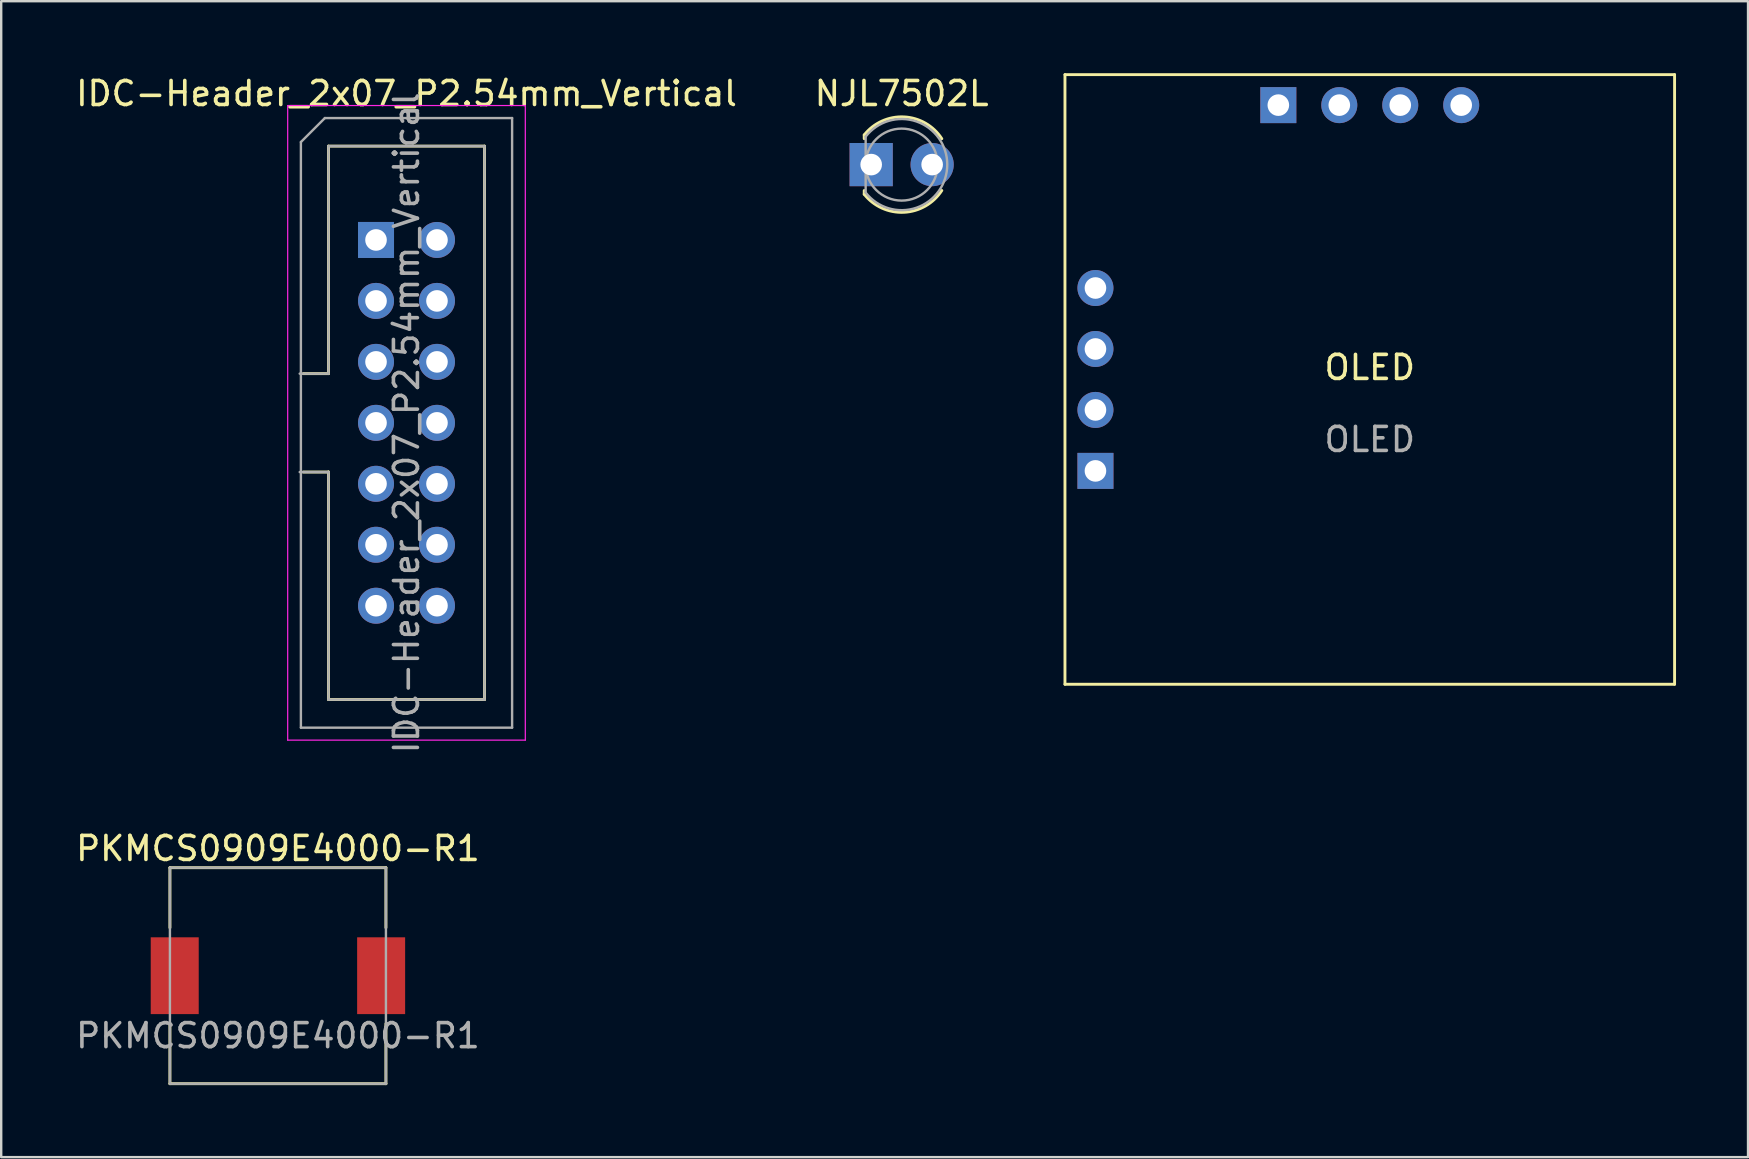
<source format=kicad_pcb>
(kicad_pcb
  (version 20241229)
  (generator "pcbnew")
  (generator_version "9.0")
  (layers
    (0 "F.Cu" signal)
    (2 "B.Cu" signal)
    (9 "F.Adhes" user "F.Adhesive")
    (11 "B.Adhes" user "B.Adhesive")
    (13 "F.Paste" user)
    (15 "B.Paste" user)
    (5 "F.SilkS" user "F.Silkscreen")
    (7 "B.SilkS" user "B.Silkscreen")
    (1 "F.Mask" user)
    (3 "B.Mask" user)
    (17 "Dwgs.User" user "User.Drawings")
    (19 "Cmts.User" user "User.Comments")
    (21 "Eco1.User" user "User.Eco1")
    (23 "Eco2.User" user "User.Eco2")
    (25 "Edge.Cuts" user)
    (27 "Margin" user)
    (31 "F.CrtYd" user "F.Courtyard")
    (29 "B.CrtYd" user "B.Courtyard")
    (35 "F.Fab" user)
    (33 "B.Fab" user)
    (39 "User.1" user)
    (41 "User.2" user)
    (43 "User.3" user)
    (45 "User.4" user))
  (footprint "PKMCS0909E4000-R1"
    (layer "F.Cu")
    (at 8.53 37.603)
    (property "Reference" "PKMCS0909E4000-R1" (at 0 -5.3 0) (unlocked yes) (layer "F.SilkS") (effects (font (size 1 1) (thickness 0.15))))
    (attr smd)
    (fp_line (start -4.5 -4.5) (end 4.5 -4.5) (stroke (width 0.12) (type solid)) (layer "F.SilkS"))
    (fp_line (start -4.5 -2) (end -4.5 -4.5) (stroke (width 0.12) (type solid)) (layer "F.SilkS"))
    (fp_line (start -4.5 2) (end -4.5 4.5) (stroke (width 0.12) (type solid)) (layer "F.SilkS"))
    (fp_line (start -4.5 4.5) (end 4.5 4.5) (stroke (width 0.12) (type solid)) (layer "F.SilkS"))
    (fp_line (start 4.5 -4.5) (end 4.5 -2) (stroke (width 0.12) (type solid)) (layer "F.SilkS"))
    (fp_line (start 4.5 4.5) (end 4.5 2) (stroke (width 0.12) (type solid)) (layer "F.SilkS"))
    (fp_line (start -4.5 -4.5) (end 4.5 -4.5) (stroke (width 0.1) (type solid)) (layer "F.Fab"))
    (fp_line (start -4.5 4.5) (end -4.5 -4.5) (stroke (width 0.1) (type solid)) (layer "F.Fab"))
    (fp_line (start 4.5 -4.5) (end 4.5 4.5) (stroke (width 0.1) (type solid)) (layer "F.Fab"))
    (fp_line (start 4.5 4.5) (end -4.5 4.5) (stroke (width 0.1) (type solid)) (layer "F.Fab"))
    (fp_text user "${REFERENCE}" (at 0 2.5 0) (unlocked yes) (layer "F.Fab") (effects (font (size 1 1) (thickness 0.15))))
    (pad "1" smd rect (at -4.3 0) (size 2 3.2) (layers "F.Cu" "F.Mask" "F.Paste"))
    (pad "2" smd rect (at 4.3 0) (size 2 3.2) (layers "F.Cu" "F.Mask" "F.Paste")))
  (footprint "NJL7502L"
    (layer "F.Cu")
    (at 33.248 3.808)
    (property "Reference" "NJL7502L" (at 1.27 -2.96 0) (layer "F.SilkS") (effects (font (size 1 1) (thickness 0.15))))
    (attr through_hole)
    (fp_line (start -0.29 -1.236) (end -0.29 -1.08) (stroke (width 0.12) (type solid)) (layer "F.SilkS"))
    (fp_line (start -0.29 1.08) (end -0.29 1.236) (stroke (width 0.12) (type solid)) (layer "F.SilkS"))
    (fp_arc (start -0.29 -1.235516) (mid 1.366487 -1.987659) (end 2.942335 -1.078608) (stroke (width 0.12) (type solid)) (layer "F.SilkS"))
    (fp_arc (start 2.942335 1.078608) (mid 1.366487 1.987659) (end -0.29 1.235516) (stroke (width 0.12) (type solid)) (layer "F.SilkS"))
    (fp_line (start -0.23 -1.166) (end -0.23 1.166) (stroke (width 0.1) (type solid)) (layer "F.Fab"))
    (fp_arc (start -0.23 -1.16619) (mid 3.17 0.000452) (end -0.230555 1.165476) (stroke (width 0.1) (type solid)) (layer "F.Fab"))
    (fp_circle (center 1.27 0) (end 2.77 0) (stroke (width 0.1) (type solid)) (fill no) (layer "F.Fab"))
    (pad "1" thru_hole circle (at 2.54 0) (size 1.8 1.8) (drill 0.9) (layers "*.Cu" "*.Mask"))
    (pad "2" thru_hole rect (at 0 0) (size 1.8 1.8) (drill 0.9) (layers "*.Cu" "*.Mask")))
  (footprint "OLED"
    (layer "F.Cu")
    (at 54.022 12.76)
    (property "Reference" "OLED" (at 0 -0.5 0) (unlocked yes) (layer "F.SilkS") (effects (font (size 1 1) (thickness 0.15))))
    (attr through_hole)
    (fp_line (start -12.7 -12.7) (end 12.7 -12.7) (stroke (width 0.12) (type solid)) (layer "F.SilkS"))
    (fp_line (start -12.7 12.7) (end -12.7 -12.7) (stroke (width 0.12) (type solid)) (layer "F.SilkS"))
    (fp_line (start 12.7 -12.7) (end 12.7 12.7) (stroke (width 0.12) (type solid)) (layer "F.SilkS"))
    (fp_line (start 12.7 12.7) (end -12.7 12.7) (stroke (width 0.12) (type solid)) (layer "F.SilkS"))
    (fp_text user "${REFERENCE}" (at 0 2.5 0) (unlocked yes) (layer "F.Fab") (effects (font (size 1 1) (thickness 0.15))))
    (pad "1" thru_hole rect (at -11.43 3.81) (size 1.5 1.5) (drill 0.9) (layers "*.Cu" "*.Mask"))
    (pad "1" thru_hole rect (at -3.81 -11.43) (size 1.5 1.5) (drill 0.9) (layers "*.Cu" "*.Mask"))
    (pad "2" thru_hole circle (at -11.43 1.27) (size 1.5 1.5) (drill 0.9) (layers "*.Cu" "*.Mask"))
    (pad "2" thru_hole circle (at -1.27 -11.43) (size 1.5 1.5) (drill 0.9) (layers "*.Cu" "*.Mask"))
    (pad "3" thru_hole circle (at -11.43 -1.27) (size 1.5 1.5) (drill 0.9) (layers "*.Cu" "*.Mask"))
    (pad "3" thru_hole circle (at 1.27 -11.43) (size 1.5 1.5) (drill 0.9) (layers "*.Cu" "*.Mask"))
    (pad "4" thru_hole circle (at -11.43 -3.81) (size 1.5 1.5) (drill 0.9) (layers "*.Cu" "*.Mask"))
    (pad "4" thru_hole circle (at 3.81 -11.43) (size 1.5 1.5) (drill 0.9) (layers "*.Cu" "*.Mask")))
  (footprint "IDC-Header_2x07_P2.54mm_Vertical"
    (layer "F.Cu")
    (at 13.887 14.568)
    (property "Reference" "IDC-Header_2x07_P2.54mm_Vertical" (at 0 -13.72 0) (layer "F.SilkS") (effects (font (size 1 1) (thickness 0.15))))
    (attr through_hole)
    (fp_line (start -4.3 -2.05) (end -3.25 -2.05) (stroke (width 0.12) (type solid)) (layer "F.SilkS"))
    (fp_line (start -3.25 -11.53) (end 3.25 -11.53) (stroke (width 0.12) (type solid)) (layer "F.SilkS"))
    (fp_line (start -3.25 -2.05) (end -3.25 -11.53) (stroke (width 0.12) (type solid)) (layer "F.SilkS"))
    (fp_line (start -3.25 2.05) (end -4.3 2.05) (stroke (width 0.12) (type solid)) (layer "F.SilkS"))
    (fp_line (start -3.25 2.05) (end -3.25 2.05) (stroke (width 0.12) (type solid)) (layer "F.SilkS"))
    (fp_line (start -3.25 11.53) (end -3.25 2.05) (stroke (width 0.12) (type solid)) (layer "F.SilkS"))
    (fp_line (start 3.25 -11.53) (end 3.25 11.53) (stroke (width 0.12) (type solid)) (layer "F.SilkS"))
    (fp_line (start 3.25 11.53) (end -3.25 11.53) (stroke (width 0.12) (type solid)) (layer "F.SilkS"))
    (fp_line (start -4.95 -13.22) (end -4.95 13.22) (stroke (width 0.05) (type solid)) (layer "F.CrtYd"))
    (fp_line (start -4.95 13.22) (end 4.95 13.22) (stroke (width 0.05) (type solid)) (layer "F.CrtYd"))
    (fp_line (start 4.95 -13.22) (end -4.95 -13.22) (stroke (width 0.05) (type solid)) (layer "F.CrtYd"))
    (fp_line (start 4.95 13.22) (end 4.95 -13.22) (stroke (width 0.05) (type solid)) (layer "F.CrtYd"))
    (fp_line (start -4.45 -2.05) (end -3.25 -2.05) (stroke (width 0.1) (type solid)) (layer "F.Fab"))
    (fp_line (start -4.4 -11.7) (end -3.4 -12.7) (stroke (width 0.1) (type solid)) (layer "F.Fab"))
    (fp_line (start -4.4 12.7) (end -4.4 -11.7) (stroke (width 0.1) (type solid)) (layer "F.Fab"))
    (fp_line (start -3.4 -12.7) (end 4.4 -12.7) (stroke (width 0.1) (type solid)) (layer "F.Fab"))
    (fp_line (start -3.25 -11.53) (end 3.25 -11.53) (stroke (width 0.1) (type solid)) (layer "F.Fab"))
    (fp_line (start -3.25 -2.05) (end -3.25 -11.53) (stroke (width 0.1) (type solid)) (layer "F.Fab"))
    (fp_line (start -3.25 2.05) (end -4.45 2.05) (stroke (width 0.1) (type solid)) (layer "F.Fab"))
    (fp_line (start -3.25 2.05) (end -3.25 2.05) (stroke (width 0.1) (type solid)) (layer "F.Fab"))
    (fp_line (start -3.25 11.53) (end -3.25 2.05) (stroke (width 0.1) (type solid)) (layer "F.Fab"))
    (fp_line (start 3.25 -11.53) (end 3.25 11.53) (stroke (width 0.1) (type solid)) (layer "F.Fab"))
    (fp_line (start 3.25 11.53) (end -3.25 11.53) (stroke (width 0.1) (type solid)) (layer "F.Fab"))
    (fp_line (start 4.4 -12.7) (end 4.4 12.7) (stroke (width 0.1) (type solid)) (layer "F.Fab"))
    (fp_line (start 4.4 12.7) (end -4.4 12.7) (stroke (width 0.1) (type solid)) (layer "F.Fab"))
    (fp_text user "${REFERENCE}" (at 0 0 90) (layer "F.Fab") (effects (font (size 1 1) (thickness 0.15))))
    (pad "1" thru_hole rect (at -1.27 -7.62) (size 1.5 1.5) (drill 0.9) (layers "*.Cu" "*.Mask"))
    (pad "2" thru_hole circle (at 1.27 -7.62) (size 1.5 1.5) (drill 0.9) (layers "*.Cu" "*.Mask"))
    (pad "3" thru_hole circle (at -1.27 -5.08) (size 1.5 1.5) (drill 0.9) (layers "*.Cu" "*.Mask"))
    (pad "4" thru_hole circle (at 1.27 -5.08) (size 1.5 1.5) (drill 0.9) (layers "*.Cu" "*.Mask"))
    (pad "5" thru_hole circle (at -1.27 -2.54) (size 1.5 1.5) (drill 0.9) (layers "*.Cu" "*.Mask"))
    (pad "6" thru_hole circle (at 1.27 -2.54) (size 1.5 1.5) (drill 0.9) (layers "*.Cu" "*.Mask"))
    (pad "7" thru_hole circle (at -1.27 0) (size 1.5 1.5) (drill 0.9) (layers "*.Cu" "*.Mask"))
    (pad "8" thru_hole circle (at 1.27 0) (size 1.5 1.5) (drill 0.9) (layers "*.Cu" "*.Mask"))
    (pad "9" thru_hole circle (at -1.27 2.54) (size 1.5 1.5) (drill 0.9) (layers "*.Cu" "*.Mask"))
    (pad "10" thru_hole circle (at 1.27 2.54) (size 1.5 1.5) (drill 0.9) (layers "*.Cu" "*.Mask"))
    (pad "11" thru_hole circle (at -1.27 5.08) (size 1.5 1.5) (drill 0.9) (layers "*.Cu" "*.Mask"))
    (pad "12" thru_hole circle (at 1.27 5.08) (size 1.5 1.5) (drill 0.9) (layers "*.Cu" "*.Mask"))
    (pad "13" thru_hole circle (at -1.27 7.62) (size 1.5 1.5) (drill 0.9) (layers "*.Cu" "*.Mask"))
    (pad "14" thru_hole circle (at 1.27 7.62) (size 1.5 1.5) (drill 0.9) (layers "*.Cu" "*.Mask")))
  (gr_rect
    (start -3 -3)
    (end 69.782 45.163)
    (stroke (width 0.1) (type default))
    (fill no)
    (layer "Edge.Cuts")))
</source>
